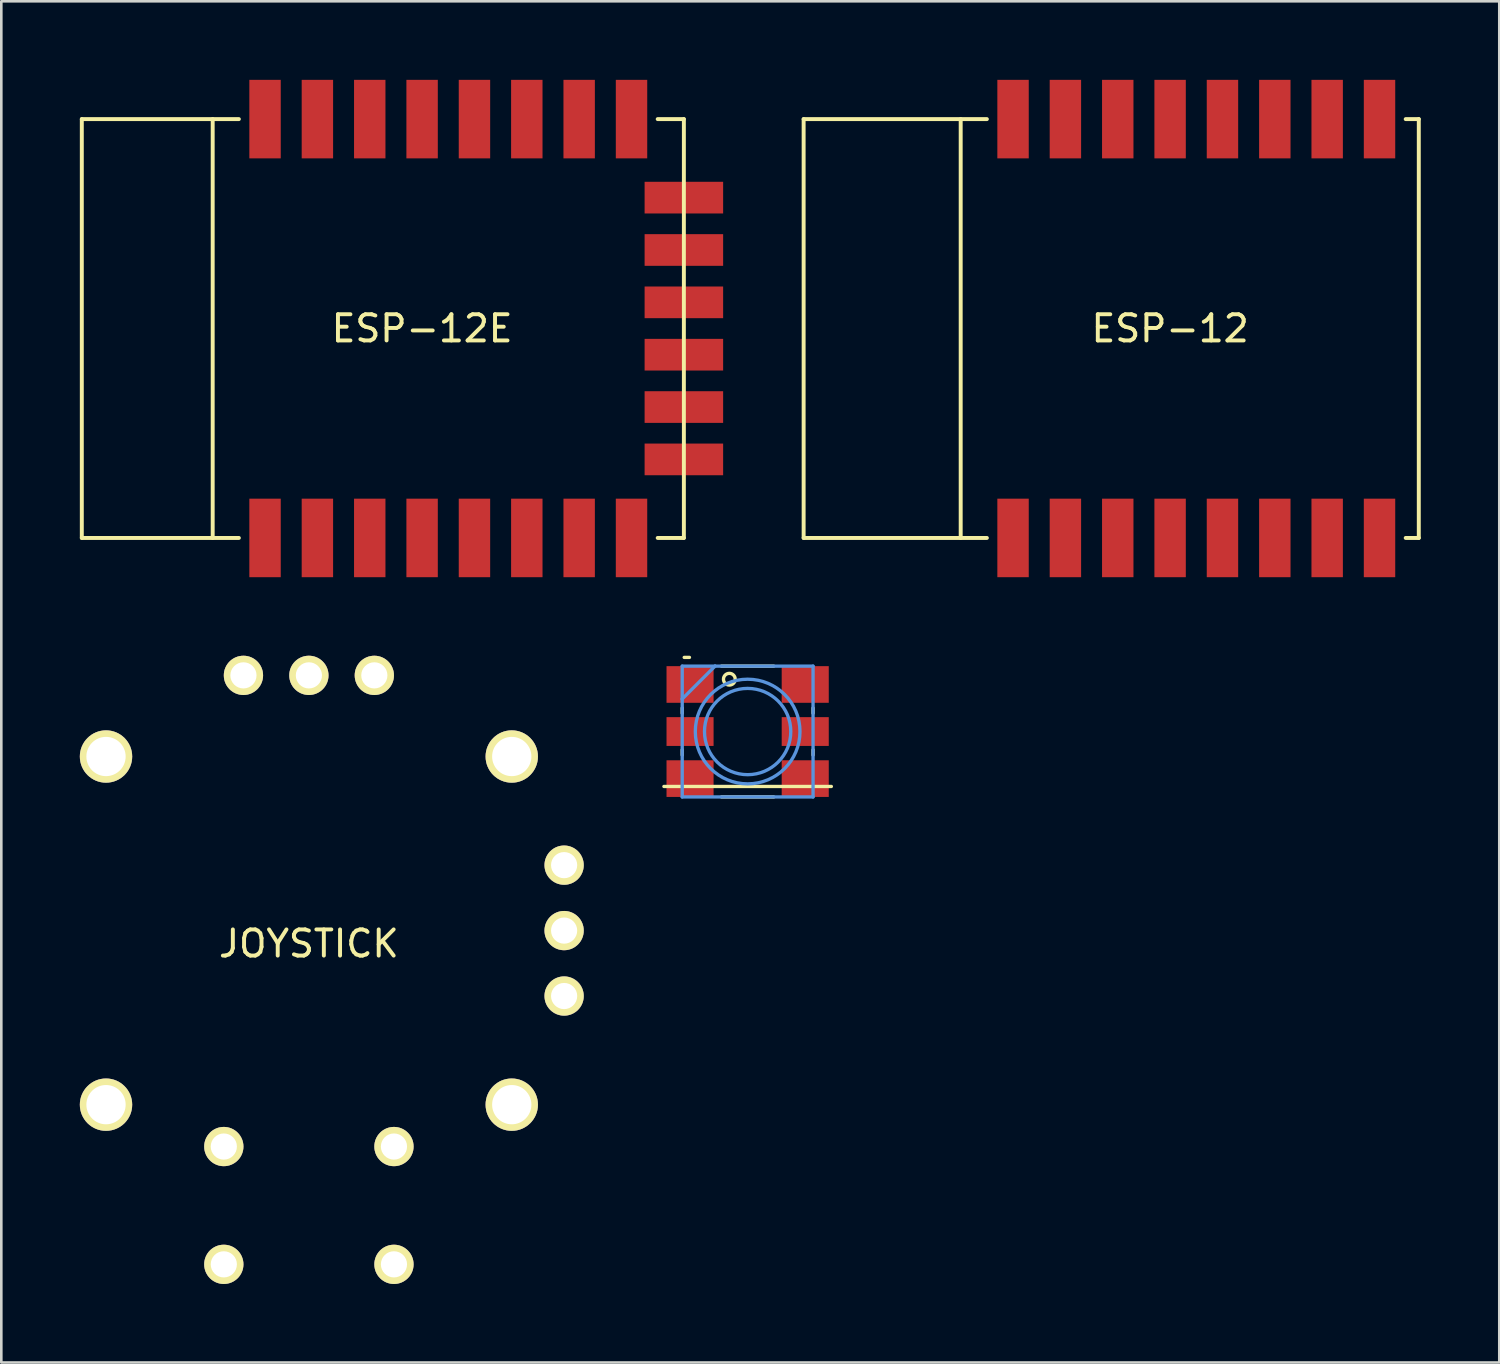
<source format=kicad_pcb>
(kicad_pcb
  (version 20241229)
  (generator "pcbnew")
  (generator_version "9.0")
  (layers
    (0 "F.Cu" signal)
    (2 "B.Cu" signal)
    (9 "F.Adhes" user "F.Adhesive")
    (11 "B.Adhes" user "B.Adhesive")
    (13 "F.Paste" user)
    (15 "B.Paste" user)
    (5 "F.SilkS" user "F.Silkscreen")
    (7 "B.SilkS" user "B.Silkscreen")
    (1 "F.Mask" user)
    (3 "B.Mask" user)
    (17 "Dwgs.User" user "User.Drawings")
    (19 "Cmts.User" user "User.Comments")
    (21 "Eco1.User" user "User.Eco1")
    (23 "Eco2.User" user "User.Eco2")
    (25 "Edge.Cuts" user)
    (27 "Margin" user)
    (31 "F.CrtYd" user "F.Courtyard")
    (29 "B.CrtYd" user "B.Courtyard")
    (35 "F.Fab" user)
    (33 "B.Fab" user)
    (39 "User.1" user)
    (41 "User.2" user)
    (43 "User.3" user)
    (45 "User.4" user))
  (footprint "JOYSTICK"
    (layer "F.Cu")
    (at 8.75 32.5)
    (property "Reference" "JOYSTICK" (at 0 0.5 0) (layer "F.SilkS") (effects (font (size 1 1) (thickness 0.15))))
    (attr through_hole)
    (pad "1" thru_hole circle (at -2.5 -9.75) (size 1.5 1.5) (drill 1) (layers "*.Cu" "*.Mask" "F.SilkS"))
    (pad "2" thru_hole circle (at 0 -9.75) (size 1.5 1.5) (drill 1) (layers "*.Cu" "*.Mask" "F.SilkS"))
    (pad "3" thru_hole circle (at 2.5 -9.75) (size 1.5 1.5) (drill 1) (layers "*.Cu" "*.Mask" "F.SilkS"))
    (pad "4" thru_hole circle (at 9.75 -2.5) (size 1.5 1.5) (drill 1) (layers "*.Cu" "*.Mask" "F.SilkS"))
    (pad "5" thru_hole circle (at 9.75 0) (size 1.5 1.5) (drill 1) (layers "*.Cu" "*.Mask" "F.SilkS"))
    (pad "6" thru_hole circle (at 9.75 2.5) (size 1.5 1.5) (drill 1) (layers "*.Cu" "*.Mask" "F.SilkS"))
    (pad "7" thru_hole circle (at -3.25 8.25) (size 1.5 1.5) (drill 1) (layers "*.Cu" "*.Mask" "F.SilkS"))
    (pad "7" thru_hole circle (at 3.25 8.25) (size 1.5 1.5) (drill 1) (layers "*.Cu" "*.Mask" "F.SilkS"))
    (pad "8" thru_hole circle (at -3.25 12.75) (size 1.5 1.5) (drill 1) (layers "*.Cu" "*.Mask" "F.SilkS"))
    (pad "8" thru_hole circle (at 3.25 12.75) (size 1.5 1.5) (drill 1) (layers "*.Cu" "*.Mask" "F.SilkS"))
    (pad "9" thru_hole circle (at -7.75 -6.65) (size 2 2) (drill 1.5) (layers "*.Cu" "*.Mask" "F.SilkS"))
    (pad "9" thru_hole circle (at -7.75 6.65) (size 2 2) (drill 1.5) (layers "*.Cu" "*.Mask" "F.SilkS"))
    (pad "9" thru_hole circle (at 7.75 -6.65) (size 2 2) (drill 1.5) (layers "*.Cu" "*.Mask" "F.SilkS"))
    (pad "9" thru_hole circle (at 7.75 6.65) (size 2 2) (drill 1.5) (layers "*.Cu" "*.Mask" "F.SilkS")))
  (footprint "ESP-12"
    (layer "F.Cu")
    (at 41.65 9.5)
    (property "Reference" "ESP-12" (at 0 0 0) (layer "F.SilkS") (effects (font (size 1 1) (thickness 0.15))))
    (attr smd)
    (fp_line (start -14 -8) (end -7 -8) (stroke (width 0.15) (type solid)) (layer "F.SilkS"))
    (fp_line (start -14 8) (end -14 -8) (stroke (width 0.15) (type solid)) (layer "F.SilkS"))
    (fp_line (start -8 -8) (end -8 8) (stroke (width 0.15) (type solid)) (layer "F.SilkS"))
    (fp_line (start -7 8) (end -14 8) (stroke (width 0.15) (type solid)) (layer "F.SilkS"))
    (fp_line (start 9 8) (end 9.5 8) (stroke (width 0.15) (type solid)) (layer "F.SilkS"))
    (fp_line (start 9.5 -8) (end 9 -8) (stroke (width 0.15) (type solid)) (layer "F.SilkS"))
    (fp_line (start 9.5 8) (end 9.5 -8) (stroke (width 0.15) (type solid)) (layer "F.SilkS"))
    (pad "1" smd rect (at -6 8) (size 1.2 3) (layers "F.Cu" "F.Mask" "F.Paste"))
    (pad "2" smd rect (at -4 8) (size 1.2 3) (layers "F.Cu" "F.Mask" "F.Paste"))
    (pad "3" smd rect (at -2 8) (size 1.2 3) (layers "F.Cu" "F.Mask" "F.Paste"))
    (pad "4" smd rect (at 0 8) (size 1.2 3) (layers "F.Cu" "F.Mask" "F.Paste"))
    (pad "5" smd rect (at 2 8) (size 1.2 3) (layers "F.Cu" "F.Mask" "F.Paste"))
    (pad "6" smd rect (at 4 8) (size 1.2 3) (layers "F.Cu" "F.Mask" "F.Paste"))
    (pad "7" smd rect (at 6 8) (size 1.2 3) (layers "F.Cu" "F.Mask" "F.Paste"))
    (pad "8" smd rect (at 8 8) (size 1.2 3) (layers "F.Cu" "F.Mask" "F.Paste"))
    (pad "9" smd rect (at 8 -8) (size 1.2 3) (layers "F.Cu" "F.Mask" "F.Paste"))
    (pad "10" smd rect (at 6 -8) (size 1.2 3) (layers "F.Cu" "F.Mask" "F.Paste"))
    (pad "11" smd rect (at 4 -8) (size 1.2 3) (layers "F.Cu" "F.Mask" "F.Paste"))
    (pad "12" smd rect (at 2 -8) (size 1.2 3) (layers "F.Cu" "F.Mask" "F.Paste"))
    (pad "13" smd rect (at 0 -8) (size 1.2 3) (layers "F.Cu" "F.Mask" "F.Paste"))
    (pad "14" smd rect (at -2 -8) (size 1.2 3) (layers "F.Cu" "F.Mask" "F.Paste"))
    (pad "15" smd rect (at -4 -8) (size 1.2 3) (layers "F.Cu" "F.Mask" "F.Paste"))
    (pad "16" smd rect (at -6 -8) (size 1.2 3) (layers "F.Cu" "F.Mask" "F.Paste")))
  (footprint "ESP-12E"
    (layer "F.Cu")
    (at 13.075 9.5)
    (property "Reference" "ESP-12E" (at 0 0 0) (layer "F.SilkS") (effects (font (size 1 1) (thickness 0.15))))
    (attr smd)
    (fp_line (start -13 -8) (end -7 -8) (stroke (width 0.15) (type solid)) (layer "F.SilkS"))
    (fp_line (start -13 8) (end -13 -8) (stroke (width 0.15) (type solid)) (layer "F.SilkS"))
    (fp_line (start -8 -8) (end -8 8) (stroke (width 0.15) (type solid)) (layer "F.SilkS"))
    (fp_line (start -7 8) (end -13 8) (stroke (width 0.15) (type solid)) (layer "F.SilkS"))
    (fp_line (start 9 8) (end 10 8) (stroke (width 0.15) (type solid)) (layer "F.SilkS"))
    (fp_line (start 10 -8) (end 9 -8) (stroke (width 0.15) (type solid)) (layer "F.SilkS"))
    (fp_line (start 10 8) (end 10 -8) (stroke (width 0.15) (type solid)) (layer "F.SilkS"))
    (pad "1" smd rect (at -6 8) (size 1.2 3) (layers "F.Cu" "F.Mask" "F.Paste"))
    (pad "2" smd rect (at -4 8) (size 1.2 3) (layers "F.Cu" "F.Mask" "F.Paste"))
    (pad "3" smd rect (at -2 8) (size 1.2 3) (layers "F.Cu" "F.Mask" "F.Paste"))
    (pad "4" smd rect (at 0 8) (size 1.2 3) (layers "F.Cu" "F.Mask" "F.Paste"))
    (pad "5" smd rect (at 2 8) (size 1.2 3) (layers "F.Cu" "F.Mask" "F.Paste"))
    (pad "6" smd rect (at 4 8) (size 1.2 3) (layers "F.Cu" "F.Mask" "F.Paste"))
    (pad "7" smd rect (at 6 8) (size 1.2 3) (layers "F.Cu" "F.Mask" "F.Paste"))
    (pad "8" smd rect (at 8 8) (size 1.2 3) (layers "F.Cu" "F.Mask" "F.Paste"))
    (pad "9" smd rect (at 10 5) (size 3 1.21) (layers "F.Cu" "F.Mask" "F.Paste"))
    (pad "10" smd rect (at 10 3) (size 3 1.21) (layers "F.Cu" "F.Mask" "F.Paste"))
    (pad "11" smd rect (at 10 1) (size 3 1.21) (layers "F.Cu" "F.Mask" "F.Paste"))
    (pad "12" smd rect (at 10 -1) (size 3 1.21) (layers "F.Cu" "F.Mask" "F.Paste"))
    (pad "13" smd rect (at 10 -3) (size 3 1.21) (layers "F.Cu" "F.Mask" "F.Paste"))
    (pad "14" smd rect (at 10 -5) (size 3 1.21) (layers "F.Cu" "F.Mask" "F.Paste"))
    (pad "15" smd rect (at 8 -8) (size 1.2 3) (layers "F.Cu" "F.Mask" "F.Paste"))
    (pad "16" smd rect (at 6 -8) (size 1.2 3) (layers "F.Cu" "F.Mask" "F.Paste"))
    (pad "17" smd rect (at 4 -8) (size 1.2 3) (layers "F.Cu" "F.Mask" "F.Paste"))
    (pad "18" smd rect (at 2 -8) (size 1.2 3) (layers "F.Cu" "F.Mask" "F.Paste"))
    (pad "19" smd rect (at 0 -8) (size 1.2 3) (layers "F.Cu" "F.Mask" "F.Paste"))
    (pad "20" smd rect (at -2 -8) (size 1.2 3) (layers "F.Cu" "F.Mask" "F.Paste"))
    (pad "21" smd rect (at -4 -8) (size 1.2 3) (layers "F.Cu" "F.Mask" "F.Paste"))
    (pad "22" smd rect (at -6 -8) (size 1.2 3) (layers "F.Cu" "F.Mask" "F.Paste")))
  (footprint "LED-RGB-5050"
    (layer "F.Cu")
    (at 25.511 24.896)
    (property "Reference" "LED-RGB-5050" (at 0 0 0) (layer "Cmts.User") (effects (font (size 0.001 0.001) (thickness 0.000001))))
    (attr through_hole)
    (fp_line (start -3.198 2.098) (end 3.198 2.098) (stroke (width 0.127) (type solid)) (layer "F.SilkS"))
    (fp_line (start -2.499 -0.699) (end -2.499 -0.899) (stroke (width 0.127) (type solid)) (layer "F.SilkS"))
    (fp_line (start -2.499 0.899) (end -2.499 0.699) (stroke (width 0.127) (type solid)) (layer "F.SilkS"))
    (fp_line (start -2.223 -2.832) (end -2.423 -2.832) (stroke (width 0.127) (type solid)) (layer "F.SilkS"))
    (fp_line (start -0.998 -2.499) (end 0.998 -2.499) (stroke (width 0.127) (type solid)) (layer "F.SilkS"))
    (fp_line (start -0.998 2.499) (end 0.998 2.499) (stroke (width 0.127) (type solid)) (layer "F.SilkS"))
    (fp_line (start 2.499 -0.699) (end 2.499 -0.899) (stroke (width 0.127) (type solid)) (layer "F.SilkS"))
    (fp_line (start 2.499 0.899) (end 2.499 0.699) (stroke (width 0.127) (type solid)) (layer "F.SilkS"))
    (fp_circle (center -0.699 -1.999) (end -0.475 -1.999) (stroke (width 0.127) (type solid)) (fill no) (layer "F.SilkS"))
    (fp_line (start -2.499 -2.499) (end -1.245 -2.499) (stroke (width 0.127) (type solid)) (layer "Cmts.User"))
    (fp_line (start -2.499 -1.245) (end -2.499 -2.499) (stroke (width 0.127) (type solid)) (layer "Cmts.User"))
    (fp_line (start -2.499 -1.245) (end -1.245 -2.499) (stroke (width 0.127) (type solid)) (layer "Cmts.User"))
    (fp_line (start -2.499 2.499) (end -2.499 -1.245) (stroke (width 0.127) (type solid)) (layer "Cmts.User"))
    (fp_line (start -1.245 -2.499) (end 2.499 -2.499) (stroke (width 0.127) (type solid)) (layer "Cmts.User"))
    (fp_line (start 2.499 -2.499) (end 2.499 2.499) (stroke (width 0.127) (type solid)) (layer "Cmts.User"))
    (fp_line (start 2.499 2.499) (end -2.499 2.499) (stroke (width 0.127) (type solid)) (layer "Cmts.User"))
    (fp_circle (center 0 0) (end 1.648 0) (stroke (width 0.127) (type solid)) (fill no) (layer "Cmts.User"))
    (fp_circle (center 0 0) (end 1.999 0) (stroke (width 0.127) (type solid)) (fill no) (layer "Cmts.User"))
    (pad "1" smd rect (at -2.2 -1.798) (size 1.798 1.4) (layers "F.Cu" "F.Mask" "F.Paste"))
    (pad "2" smd rect (at -2.2 0) (size 1.798 1.1) (layers "F.Cu" "F.Mask" "F.Paste"))
    (pad "3" smd rect (at -2.2 1.798) (size 1.798 1.4) (layers "F.Cu" "F.Mask" "F.Paste"))
    (pad "4" smd rect (at 2.2 1.798) (size 1.798 1.4) (layers "F.Cu" "F.Mask" "F.Paste"))
    (pad "5" smd rect (at 2.2 0) (size 1.798 1.1) (layers "F.Cu" "F.Mask" "F.Paste"))
    (pad "6" smd rect (at 2.2 -1.798) (size 1.798 1.4) (layers "F.Cu" "F.Mask" "F.Paste")))
  (gr_rect
    (start -3 -3)
    (end 54.225 49)
    (stroke (width 0.1) (type default))
    (fill no)
    (layer "Edge.Cuts")))
</source>
